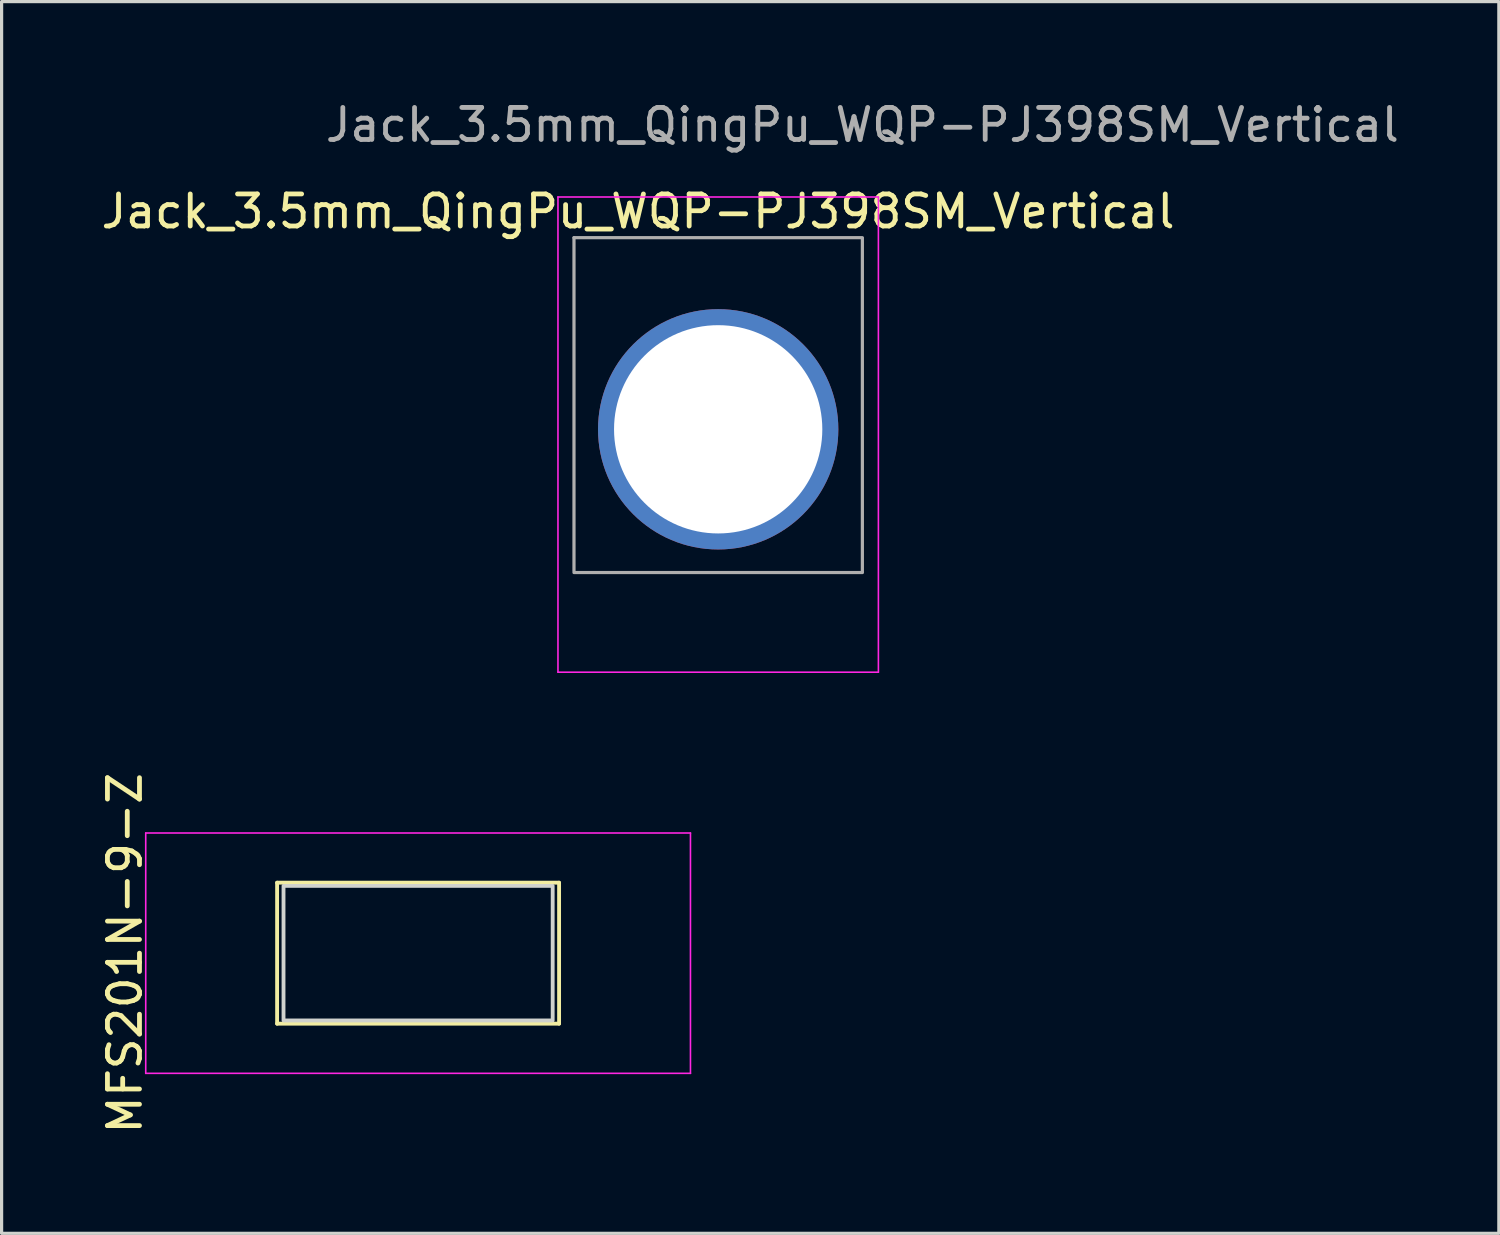
<source format=kicad_pcb>
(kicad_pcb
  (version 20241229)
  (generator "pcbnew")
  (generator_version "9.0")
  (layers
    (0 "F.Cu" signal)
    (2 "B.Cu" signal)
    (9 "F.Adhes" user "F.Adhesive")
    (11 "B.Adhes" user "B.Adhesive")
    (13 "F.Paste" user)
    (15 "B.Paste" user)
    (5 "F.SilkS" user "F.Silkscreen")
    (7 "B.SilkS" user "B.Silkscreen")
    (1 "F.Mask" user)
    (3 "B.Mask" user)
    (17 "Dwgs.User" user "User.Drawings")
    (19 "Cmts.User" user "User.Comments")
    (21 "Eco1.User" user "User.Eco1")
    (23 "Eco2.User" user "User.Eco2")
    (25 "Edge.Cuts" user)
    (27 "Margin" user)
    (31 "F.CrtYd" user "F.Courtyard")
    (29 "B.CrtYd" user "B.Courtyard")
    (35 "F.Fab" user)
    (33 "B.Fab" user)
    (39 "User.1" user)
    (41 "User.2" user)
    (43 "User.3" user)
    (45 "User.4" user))
  (footprint "Jack_3.5mm_QingPu_WQP-PJ398SM_Vertical"
    (layer "F.Cu")
    (at 19.363 10.348)
    (property "Reference" "Jack_3.5mm_QingPu_WQP-PJ398SM_Vertical" (at -2.5 -6.8 0) (layer "F.SilkS") (effects (font (size 1 1) (thickness 0.15))))
    (attr through_hole)
    (fp_line (start -5 -7.25) (end -5 7.58) (stroke (width 0.05) (type solid)) (layer "F.CrtYd"))
    (fp_line (start -5 -7.25) (end 5 -7.25) (stroke (width 0.05) (type solid)) (layer "F.CrtYd"))
    (fp_line (start -5 7.58) (end 5 7.58) (stroke (width 0.05) (type solid)) (layer "F.CrtYd"))
    (fp_line (start 5 -7.25) (end 5 7.58) (stroke (width 0.05) (type solid)) (layer "F.CrtYd"))
    (fp_line (start -4.5 -5.98) (end -4.5 4.42) (stroke (width 0.1) (type solid)) (layer "F.Fab"))
    (fp_line (start -4.5 -5.98) (end 4.5 -5.98) (stroke (width 0.1) (type solid)) (layer "F.Fab"))
    (fp_line (start -4.5 4.47) (end 4.5 4.47) (stroke (width 0.1) (type solid)) (layer "F.Fab"))
    (fp_line (start 4.5 -5.95) (end 4.5 4.45) (stroke (width 0.1) (type solid)) (layer "F.Fab"))
    (fp_text user "${REFERENCE}" (at 4.5 -9.5 0) (layer "F.Fab") (effects (font (size 1 1) (thickness 0.15))))
    (pad "1" thru_hole circle (at 0 0) (size 7.5 7.5) (drill 6.5) (layers "*.Cu" "*.Mask")))
  (footprint "MFS201N−9−Z"
    (layer "F.Cu")
    (at 9.998 26.697)
    (property "Reference" "MFS201N−9−Z" (at -9.15 0 90) (layer "F.SilkS") (effects (font (size 1 1) (thickness 0.15))))
    (attr through_hole)
    (fp_line (start -4.4 -2.2) (end -4.4 2.2) (stroke (width 0.12) (type solid)) (layer "F.SilkS"))
    (fp_line (start -4.4 -2.2) (end 4.4 -2.2) (stroke (width 0.12) (type solid)) (layer "F.SilkS"))
    (fp_line (start -4.4 2.2) (end 4.4 2.2) (stroke (width 0.12) (type solid)) (layer "F.SilkS"))
    (fp_line (start 4.4 -2.2) (end 4.4 2.2) (stroke (width 0.12) (type solid)) (layer "F.SilkS"))
    (fp_rect (start -4.2 -2.1) (end 4.2 2.1) (stroke (width 0.12) (type solid)) (fill no) (layer "Edge.Cuts"))
    (fp_line (start -8.5 -3.75) (end -8.5 3.75) (stroke (width 0.05) (type solid)) (layer "F.CrtYd"))
    (fp_line (start -8.5 -3.75) (end 8.5 -3.75) (stroke (width 0.05) (type solid)) (layer "F.CrtYd"))
    (fp_line (start -8.5 3.75) (end 8.5 3.75) (stroke (width 0.05) (type solid)) (layer "F.CrtYd"))
    (fp_line (start 8.5 3.75) (end 8.5 -3.75) (stroke (width 0.05) (type solid)) (layer "F.CrtYd")))
  (gr_rect
    (start -3 -3)
    (end 43.726 35.441)
    (stroke (width 0.1) (type default))
    (fill no)
    (layer "Edge.Cuts")))
</source>
